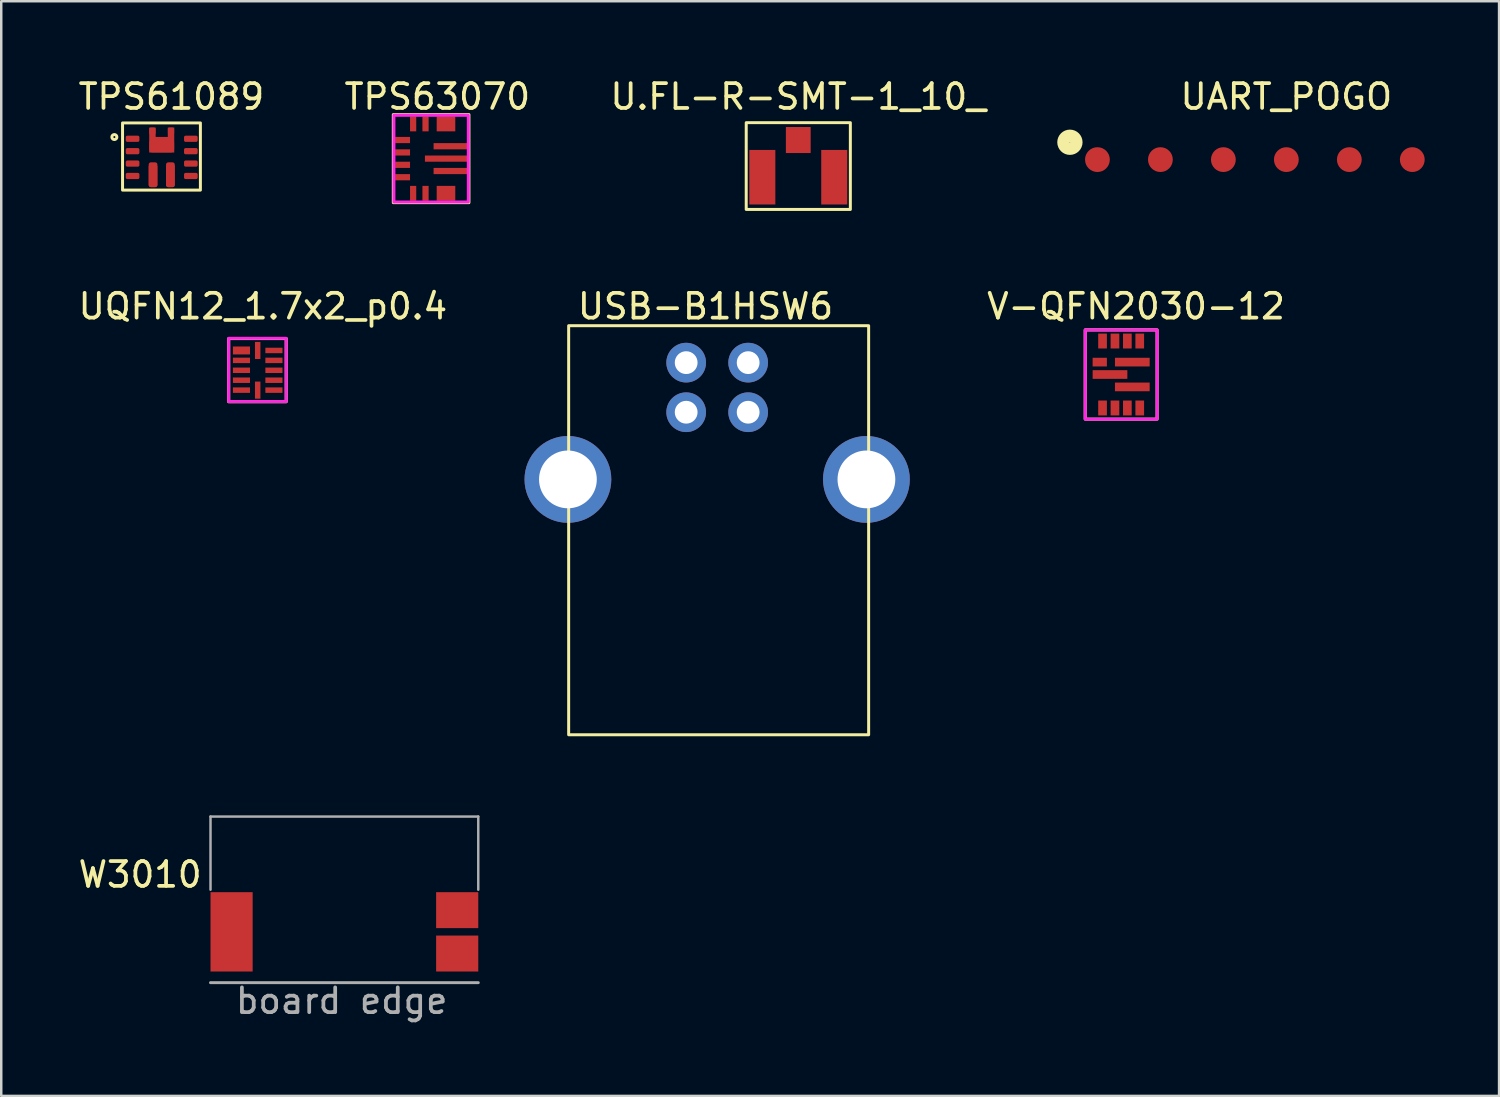
<source format=kicad_pcb>
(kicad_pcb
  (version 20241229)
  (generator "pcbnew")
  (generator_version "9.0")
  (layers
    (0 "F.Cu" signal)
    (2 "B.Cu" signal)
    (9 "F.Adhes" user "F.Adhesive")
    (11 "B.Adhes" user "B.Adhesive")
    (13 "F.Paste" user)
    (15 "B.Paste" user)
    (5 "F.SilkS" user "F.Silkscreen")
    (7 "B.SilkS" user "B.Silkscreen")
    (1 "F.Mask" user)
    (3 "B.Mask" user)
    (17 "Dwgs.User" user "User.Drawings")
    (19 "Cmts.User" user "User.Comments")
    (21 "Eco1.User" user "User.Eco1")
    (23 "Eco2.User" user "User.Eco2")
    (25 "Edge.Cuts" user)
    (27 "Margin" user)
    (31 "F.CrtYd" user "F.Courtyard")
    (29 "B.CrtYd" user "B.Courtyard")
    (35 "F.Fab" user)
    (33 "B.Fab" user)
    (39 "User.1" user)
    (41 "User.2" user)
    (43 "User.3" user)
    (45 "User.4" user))
  (footprint "USB-B1HSW6"
    (layer "F.Cu")
    (at 19.857 26.587)
    (property "Reference" "USB-B1HSW6" (at 5.55 -17.28 0) (unlocked yes) (layer "F.SilkS") (effects (font (size 1 1) (thickness 0.15))))
    (attr through_hole)
    (fp_rect (start 0.03 0) (end 12.13 -16.5) (stroke (width 0.12) (type solid)) (fill no) (layer "F.SilkS"))
    (pad "1" thru_hole circle (at 7.27 -15.01) (size 1.6 1.6) (drill 0.92) (layers "*.Cu" "*.Mask"))
    (pad "2" thru_hole circle (at 4.77 -15.01) (size 1.6 1.6) (drill 0.92) (layers "*.Cu" "*.Mask"))
    (pad "3" thru_hole circle (at 4.77 -13.01) (size 1.6 1.6) (drill 0.92) (layers "*.Cu" "*.Mask"))
    (pad "4" thru_hole circle (at 7.27 -13.01) (size 1.6 1.6) (drill 0.92) (layers "*.Cu" "*.Mask"))
    (pad "5" thru_hole circle (at 0 -10.3) (size 3.5 3.5) (drill 2.33) (layers "*.Cu" "*.Mask"))
    (pad "5" thru_hole circle (at 12.04 -10.3) (size 3.5 3.5) (drill 2.33) (layers "*.Cu" "*.Mask")))
  (footprint "UART_POGO"
    (layer "F.Cu")
    (at 48.835 3.388)
    (property "Reference" "UART_POGO" (at 0 -2.54 0) (unlocked yes) (layer "F.SilkS") (effects (font (size 1 1) (thickness 0.15))))
    (attr smd)
    (fp_circle (center -8.73 -0.7) (end -8.72 -0.7) (stroke (width 0.5) (type default)) (fill no) (layer "F.SilkS"))
    (pad "1" smd circle (at -7.62 0) (size 1 1) (layers "F.Cu" "F.Mask" "F.Paste"))
    (pad "2" smd circle (at -5.08 0) (size 1 1) (layers "F.Cu" "F.Mask" "F.Paste"))
    (pad "3" smd circle (at -2.54 0) (size 1 1) (layers "F.Cu" "F.Mask" "F.Paste"))
    (pad "4" smd circle (at 0 0) (size 1 1) (layers "F.Cu" "F.Mask" "F.Paste"))
    (pad "5" smd circle (at 2.54 0) (size 1 1) (layers "F.Cu" "F.Mask" "F.Paste"))
    (pad "6" smd circle (at 5.08 0) (size 1 1) (layers "F.Cu" "F.Mask" "F.Paste")))
  (footprint "TPS61089"
    (layer "F.Cu")
    (at 3.473 3.298)
    (property "Reference" "TPS61089" (at 0.39 -2.45 0) (unlocked yes) (layer "F.SilkS") (effects (font (size 1 1) (thickness 0.15))))
    (attr smd)
    (fp_rect (start -1.58 -1.39) (end 1.56 1.32) (stroke (width 0.12) (type solid)) (fill no) (layer "F.SilkS"))
    (fp_circle (center -1.91 -0.82) (end -1.92 -0.78) (stroke (width 0.12) (type solid)) (fill no) (layer "F.SilkS"))
    (pad "1" smd roundrect (at -1.175 -0.75) (size 0.55 0.25) (layers "F.Cu" "F.Mask" "F.Paste") (roundrect_rratio 0.25))
    (pad "2" smd roundrect (at -1.175 -0.25) (size 0.55 0.25) (layers "F.Cu" "F.Mask" "F.Paste") (roundrect_rratio 0.25))
    (pad "3" smd roundrect (at -1.175 0.25) (size 0.55 0.25) (layers "F.Cu" "F.Mask" "F.Paste") (roundrect_rratio 0.25))
    (pad "4" smd roundrect (at -1.175 0.75) (size 0.55 0.25) (layers "F.Cu" "F.Mask" "F.Paste") (roundrect_rratio 0.25))
    (pad "5" smd roundrect (at -0.35 0.7 180) (size 0.35 1) (layers "F.Cu" "F.Mask") (roundrect_rratio 0.25))
    (pad "5" smd roundrect (at -0.35 0.74 180) (size 0.35 0.92) (layers "F.Cu" "F.Paste") (roundrect_rratio 0.25))
    (pad "6" smd roundrect (at 0.35 0.7 180) (size 0.35 1) (layers "F.Cu" "F.Mask") (roundrect_rratio 0.25))
    (pad "6" smd roundrect (at 0.35 0.74 180) (size 0.35 0.92) (layers "F.Cu" "F.Paste") (roundrect_rratio 0.25))
    (pad "7" smd roundrect (at 1.175 0.75 180) (size 0.55 0.25) (layers "F.Cu" "F.Mask" "F.Paste") (roundrect_rratio 0.25))
    (pad "8" smd roundrect (at 1.175 0.25 180) (size 0.55 0.25) (layers "F.Cu" "F.Mask" "F.Paste") (roundrect_rratio 0.25))
    (pad "9" smd roundrect (at 1.175 -0.25 180) (size 0.55 0.25) (layers "F.Cu" "F.Mask" "F.Paste") (roundrect_rratio 0.25))
    (pad "10" smd roundrect (at 1.175 -0.75 180) (size 0.55 0.25) (layers "F.Cu" "F.Mask" "F.Paste") (roundrect_rratio 0.25))
    (pad "11" smd roundrect (at -0.375 -1.06) (size 0.25 0.28) (layers "F.Cu" "F.Paste") (roundrect_rratio 0.25))
    (pad "11" smd custom (at 0 -0.7 180) (size 0.55 0.25) (layers "F.Cu" "F.Mask") (options (anchor rect)) (primitives (gr_poly (pts (xy 0.5 0.5) (xy 0.25 0.5) (xy 0.25 0.12) (xy -0.25 0.12) (xy -0.25 0.5) (xy -0.5 0.5) (xy -0.5 -0.5) (xy 0.5 -0.5)) (width 0.01) (fill yes))))
    (pad "11" smd roundrect (at 0 -0.46) (size 1 0.52) (layers "F.Cu" "F.Paste") (roundrect_rratio 0.25))
    (pad "11" smd roundrect (at 0.375 -1.06) (size 0.25 0.28) (layers "F.Cu" "F.Paste") (roundrect_rratio 0.25)))
  (footprint "UQFN12_1.7x2_p0.4"
    (layer "F.Cu")
    (at 7.344 11.886)
    (property "Reference" "UQFN12_1.7x2_p0.4" (at 0.21 -2.58 0) (unlocked yes) (layer "F.SilkS") (effects (font (size 1 1) (thickness 0.15))))
    (attr smd)
    (fp_rect (start 1.15 -1.28) (end -1.17 1.27) (stroke (width 0.12) (type solid)) (fill no) (layer "F.SilkS"))
    (fp_rect (start 1.15 -1.29) (end -1.17 1.26) (stroke (width 0.12) (type solid)) (fill no) (layer "F.CrtYd"))
    (pad "1" smd rect (at -0.655 -0.8 90) (size 0.32 0.69) (layers "F.Cu" "F.Mask" "F.Paste"))
    (pad "2" smd rect (at -0.655 -0.4 90) (size 0.22 0.69) (layers "F.Cu" "F.Mask" "F.Paste"))
    (pad "3" smd rect (at -0.655 0 90) (size 0.22 0.69) (layers "F.Cu" "F.Mask" "F.Paste"))
    (pad "4" smd rect (at -0.655 0.4 90) (size 0.22 0.69) (layers "F.Cu" "F.Mask" "F.Paste"))
    (pad "5" smd rect (at -0.655 0.8 90) (size 0.22 0.69) (layers "F.Cu" "F.Mask" "F.Paste"))
    (pad "6" smd rect (at 0 0.8 180) (size 0.22 0.69) (layers "F.Cu" "F.Mask" "F.Paste"))
    (pad "7" smd rect (at 0.655 0.8 90) (size 0.22 0.69) (layers "F.Cu" "F.Mask" "F.Paste"))
    (pad "8" smd rect (at 0.655 0.4 90) (size 0.22 0.69) (layers "F.Cu" "F.Mask" "F.Paste"))
    (pad "9" smd rect (at 0.655 0 90) (size 0.22 0.69) (layers "F.Cu" "F.Mask" "F.Paste"))
    (pad "10" smd rect (at 0.655 -0.4 90) (size 0.22 0.69) (layers "F.Cu" "F.Mask" "F.Paste"))
    (pad "11" smd rect (at 0.655 -0.8 90) (size 0.22 0.69) (layers "F.Cu" "F.Mask" "F.Paste"))
    (pad "12" smd rect (at 0 -0.8 180) (size 0.22 0.69) (layers "F.Cu" "F.Mask" "F.Paste")))
  (footprint "U.FL-R-SMT-1_10_"
    (layer "F.Cu")
    (at 29.149 3.098)
    (property "Reference" "U.FL-R-SMT-1_10_" (at 0 -2.25 0) (unlocked yes) (layer "F.SilkS") (effects (font (size 1 1) (thickness 0.15))))
    (attr smd)
    (fp_rect (start 2.1 -1.2) (end -2.1 2.3) (stroke (width 0.12) (type solid)) (fill no) (layer "F.SilkS"))
    (pad "1" smd rect (at -1.45 1) (size 1.05 2.2) (layers "F.Cu" "F.Mask" "F.Paste"))
    (pad "2" smd rect (at 1.45 1) (size 1.05 2.2) (layers "F.Cu" "F.Mask" "F.Paste"))
    (pad "3" smd rect (at 0 -0.5) (size 1 1.05) (layers "F.Cu" "F.Mask" "F.Paste")))
  (footprint "V-QFN2030-12"
    (layer "F.Cu")
    (at 42.172 12.056)
    (property "Reference" "V-QFN2030-12" (at 0.6 -2.75 0) (unlocked yes) (layer "F.SilkS") (effects (font (size 1 1) (thickness 0.15))))
    (attr smd)
    (fp_rect (start -1.45 -1.8) (end 1.45 1.8) (stroke (width 0.12) (type default)) (fill no) (layer "F.SilkS"))
    (fp_rect (start -1.45 -1.8) (end 1.45 1.8) (stroke (width 0.12) (type default)) (fill no) (layer "F.CrtYd"))
    (pad "1" smd rect (at 0.45 0.5) (size 1.4 0.35) (layers "F.Cu" "F.Mask" "F.Paste"))
    (pad "2" smd rect (at 0.45 -0.5) (size 1.4 0.35) (layers "F.Cu" "F.Mask" "F.Paste"))
    (pad "3" smd rect (at 0.75 -1.35) (size 0.35 0.6) (layers "F.Cu" "F.Mask" "F.Paste"))
    (pad "4" smd rect (at 0.25 -1.35) (size 0.35 0.6) (layers "F.Cu" "F.Mask" "F.Paste"))
    (pad "5" smd rect (at -0.25 -1.35) (size 0.35 0.6) (layers "F.Cu" "F.Mask" "F.Paste"))
    (pad "6" smd rect (at -0.75 -1.35) (size 0.35 0.6) (layers "F.Cu" "F.Mask" "F.Paste"))
    (pad "7" smd rect (at -0.863 -0.5) (size 0.575 0.35) (layers "F.Cu" "F.Mask" "F.Paste"))
    (pad "8" smd rect (at -0.45 0) (size 1.4 0.35) (layers "F.Cu" "F.Mask" "F.Paste"))
    (pad "9" smd rect (at -0.75 1.35) (size 0.35 0.6) (layers "F.Cu" "F.Mask" "F.Paste"))
    (pad "10" smd rect (at -0.25 1.35) (size 0.35 0.6) (layers "F.Cu" "F.Mask" "F.Paste"))
    (pad "11" smd rect (at 0.25 1.35) (size 0.35 0.6) (layers "F.Cu" "F.Mask" "F.Paste"))
    (pad "12" smd rect (at 0.75 1.35) (size 0.35 0.6) (layers "F.Cu" "F.Mask" "F.Paste")))
  (footprint "TPS63070"
    (layer "F.Cu")
    (at 14.339 3.348)
    (property "Reference" "TPS63070" (at 0.25 -2.5 0) (unlocked yes) (layer "F.SilkS") (effects (font (size 1 1) (thickness 0.15))))
    (attr smd)
    (fp_rect (start -1.525 -1.775) (end 1.525 1.775) (stroke (width 0.12) (type solid)) (fill no) (layer "F.SilkS"))
    (fp_rect (start 1.5 -1.75) (end -1.5 1.75) (stroke (width 0.12) (type solid)) (fill no) (layer "F.CrtYd"))
    (pad "1" smd rect (at -1.15 -0.75) (size 0.6 0.25) (layers "F.Cu" "F.Mask" "F.Paste"))
    (pad "2" smd rect (at -1.15 -0.25) (size 0.6 0.25) (layers "F.Cu" "F.Mask" "F.Paste"))
    (pad "3" smd rect (at -1.15 0.25) (size 0.6 0.25) (layers "F.Cu" "F.Mask" "F.Paste"))
    (pad "4" smd rect (at -1.15 0.75) (size 0.6 0.25) (layers "F.Cu" "F.Mask" "F.Paste"))
    (pad "5" smd rect (at -0.725 1.4 90) (size 0.6 0.25) (layers "F.Cu" "F.Mask" "F.Paste"))
    (pad "6" smd rect (at -0.225 1.4 90) (size 0.6 0.25) (layers "F.Cu" "F.Mask" "F.Paste"))
    (pad "7/8" smd rect (at 0.6 1.4) (size 0.75 0.6) (layers "F.Cu" "F.Mask" "F.Paste"))
    (pad "9" smd rect (at 0.775 0.5) (size 1.35 0.25) (layers "F.Cu" "F.Mask" "F.Paste"))
    (pad "10" smd rect (at 0.6 0) (size 1.7 0.25) (layers "F.Cu" "F.Mask" "F.Paste"))
    (pad "11" smd rect (at 0.775 -0.5) (size 1.35 0.25) (layers "F.Cu" "F.Mask" "F.Paste"))
    (pad "12/13" smd rect (at 0.6 -1.4) (size 0.75 0.6) (layers "F.Cu" "F.Mask" "F.Paste"))
    (pad "14" smd rect (at -0.225 -1.4 90) (size 0.6 0.25) (layers "F.Cu" "F.Mask" "F.Paste"))
    (pad "15" smd rect (at -0.725 -1.4 90) (size 0.6 0.25) (layers "F.Cu" "F.Mask" "F.Paste")))
  (footprint "W3010"
    (layer "F.Cu")
    (at 5.441 36.136)
    (property "Reference" "W3010" (at -2.84 -3.91 0) (unlocked yes) (layer "F.SilkS") (effects (font (size 1 1) (thickness 0.15))))
    (attr smd)
    (fp_line (start 0 -6.25) (end 0 -3.3) (stroke (width 0.1) (type default)) (layer "F.Fab"))
    (fp_line (start 0 0.45) (end 10.8 0.45) (stroke (width 0.12) (type default)) (layer "F.Fab"))
    (fp_line (start 10.8 -6.25) (end 0 -6.25) (stroke (width 0.1) (type default)) (layer "F.Fab"))
    (fp_line (start 10.8 -3.3) (end 10.8 -6.25) (stroke (width 0.1) (type default)) (layer "F.Fab"))
    (fp_text user "board edge" (at 0.93 1.77 0) (unlocked yes) (layer "F.Fab") (effects (font (size 1 1) (thickness 0.15)) (justify left bottom)))
    (pad "1" smd rect (at 9.95 -2.475) (size 1.7 1.45) (layers "F.Cu" "F.Mask" "F.Paste"))
    (pad "2" smd rect (at 9.95 -0.725) (size 1.7 1.45) (layers "F.Cu" "F.Mask" "F.Paste"))
    (pad "3" smd rect (at 0.85 -1.6) (size 1.7 3.2) (layers "F.Cu" "F.Mask" "F.Paste"))
    (zone (net_name "") (layers "F.Cu" "B.Cu") (hatch edge 0.5) (connect_pads) (min_thickness 0.25) (filled_areas_thickness no) (keepout (tracks allowed) (vias allowed) (pads allowed) (copperpour not_allowed) (footprints allowed)) (placement (enabled no)) (fill) (polygon (pts (xy 16.241 29.887) (xy 5.441 29.887) (xy 5.441 36.587) (xy 16.171 36.617)))))
  (gr_rect
    (start -3 -3)
    (end 57.415 41.153)
    (stroke (width 0.1) (type default))
    (fill no)
    (layer "Edge.Cuts")))
</source>
